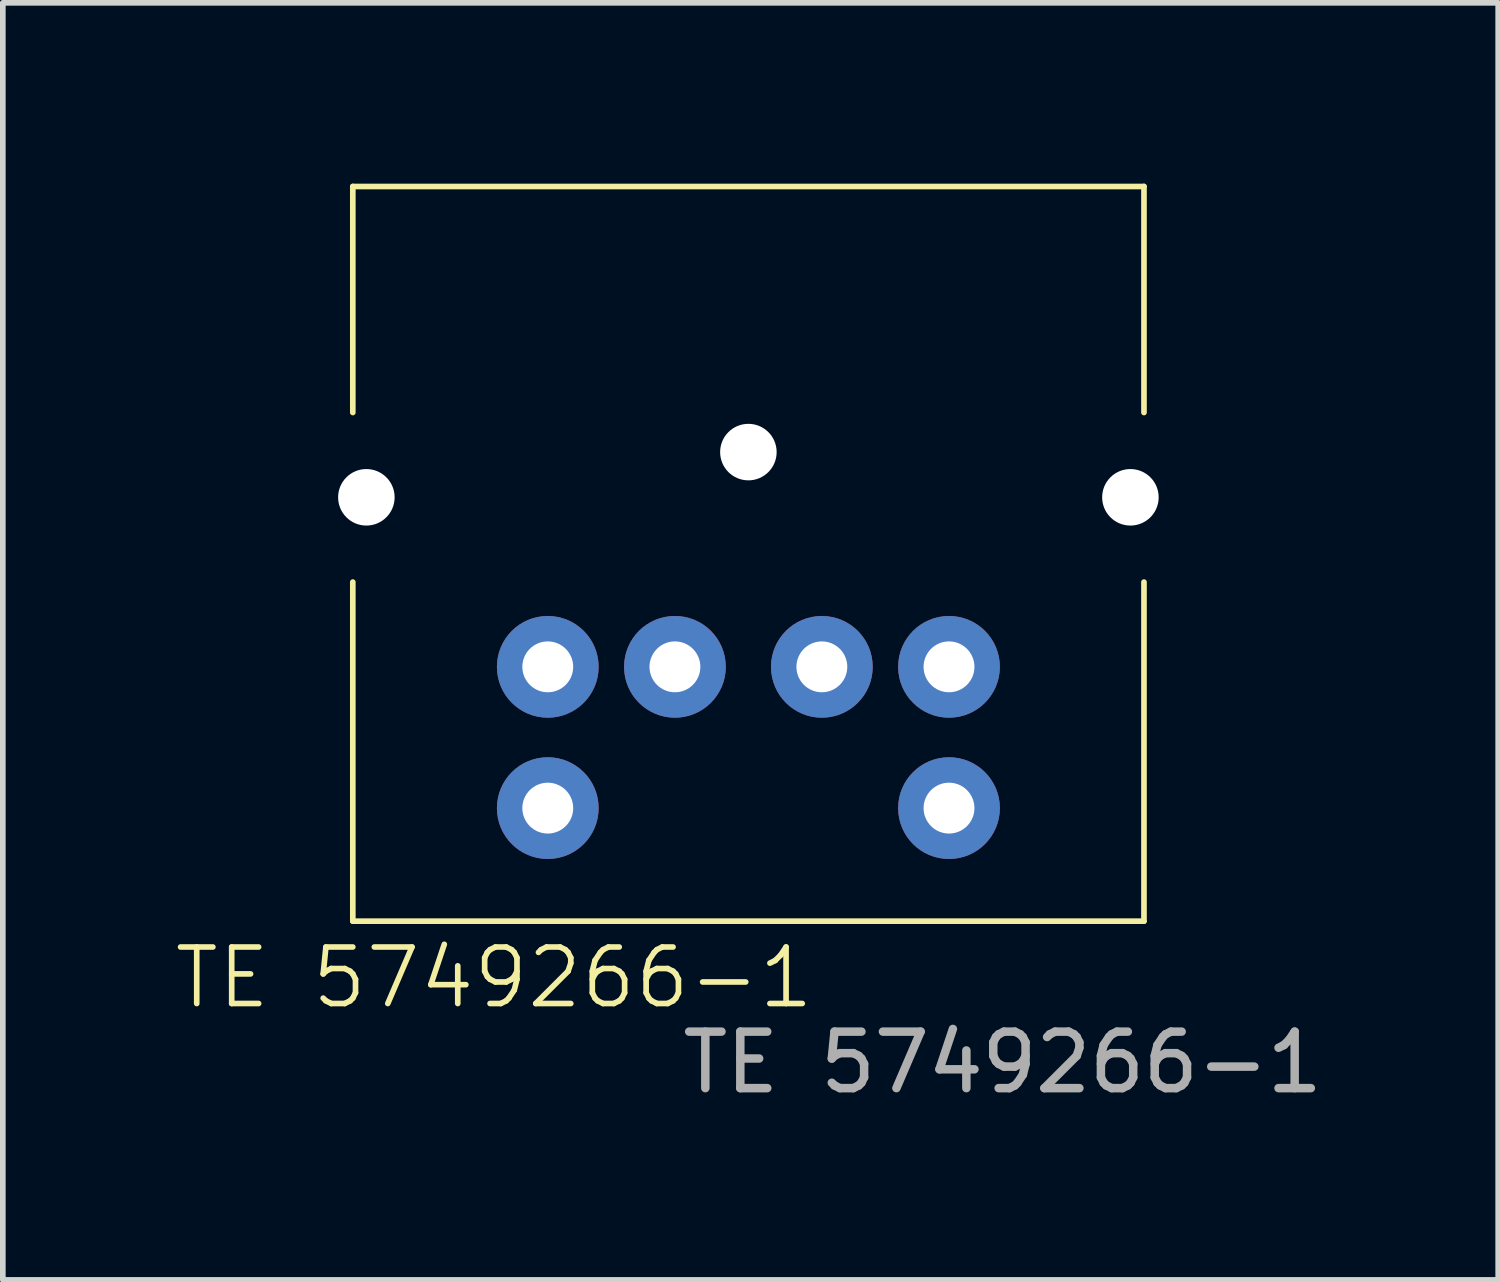
<source format=kicad_pcb>
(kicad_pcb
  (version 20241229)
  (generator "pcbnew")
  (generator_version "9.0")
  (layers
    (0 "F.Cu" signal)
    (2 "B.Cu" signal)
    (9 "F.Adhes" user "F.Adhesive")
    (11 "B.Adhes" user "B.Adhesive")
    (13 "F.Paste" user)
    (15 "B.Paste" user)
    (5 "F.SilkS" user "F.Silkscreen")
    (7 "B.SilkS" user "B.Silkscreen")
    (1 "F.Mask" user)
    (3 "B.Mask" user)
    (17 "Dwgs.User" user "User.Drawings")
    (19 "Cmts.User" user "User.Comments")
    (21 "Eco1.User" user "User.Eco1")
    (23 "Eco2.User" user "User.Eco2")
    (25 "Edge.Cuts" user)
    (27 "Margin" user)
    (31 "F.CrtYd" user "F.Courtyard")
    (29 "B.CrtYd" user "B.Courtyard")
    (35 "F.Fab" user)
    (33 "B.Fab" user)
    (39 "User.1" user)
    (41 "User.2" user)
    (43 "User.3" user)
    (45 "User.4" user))
  (footprint "TE 5749266-1"
    (layer "F.Cu")
    (at 10.193 0.25)
    (property "Reference" "TE 5749266-1" (at -4.5 14 0) (unlocked yes) (layer "F.SilkS") (effects (font (size 1 1) (thickness 0.1))))
    (attr through_hole)
    (fp_line (start -7 0) (end -7 4) (stroke (width 0.1) (type default)) (layer "F.SilkS"))
    (fp_line (start -7 0) (end 7 0) (stroke (width 0.1) (type default)) (layer "F.SilkS"))
    (fp_line (start -7 7) (end -7 13) (stroke (width 0.1) (type default)) (layer "F.SilkS"))
    (fp_line (start -7 13) (end 7 13) (stroke (width 0.1) (type default)) (layer "F.SilkS"))
    (fp_line (start 7 0) (end 7 4) (stroke (width 0.1) (type default)) (layer "F.SilkS"))
    (fp_line (start 7 13) (end 7 7) (stroke (width 0.1) (type default)) (layer "F.SilkS"))
    (fp_text user "${REFERENCE}" (at 4.5 15.5 0) (unlocked yes) (layer "F.Fab") (effects (font (size 1 1) (thickness 0.15))))
    (pad "" np_thru_hole circle (at -6.76 5.5) (size 1 1) (drill 2.3) (layers "*.Cu" "*.Mask"))
    (pad "" np_thru_hole circle (at 0 4.7) (size 1 1) (drill 2.3) (layers "*.Cu" "*.Mask"))
    (pad "" np_thru_hole circle (at 6.76 5.5) (size 1 1) (drill 2.3) (layers "*.Cu" "*.Mask"))
    (pad "1" thru_hole circle (at 1.3 8.5) (size 1.8 1.8) (drill 0.9) (layers "*.Cu" "*.Mask"))
    (pad "2" thru_hole circle (at -1.3 8.5) (size 1.8 1.8) (drill 0.9) (layers "*.Cu" "*.Mask"))
    (pad "3" thru_hole circle (at 3.55 8.5) (size 1.8 1.8) (drill 0.9) (layers "*.Cu" "*.Mask"))
    (pad "4" thru_hole circle (at -3.55 8.5) (size 1.8 1.8) (drill 0.9) (layers "*.Cu" "*.Mask"))
    (pad "5" thru_hole circle (at 3.55 11) (size 1.8 1.8) (drill 0.9) (layers "*.Cu" "*.Mask"))
    (pad "6" thru_hole circle (at -3.55 11) (size 1.8 1.8) (drill 0.9) (layers "*.Cu" "*.Mask")))
  (gr_rect
    (start -3 -3)
    (end 23.461 19.598)
    (stroke (width 0.1) (type default))
    (fill no)
    (layer "Edge.Cuts")))
</source>
